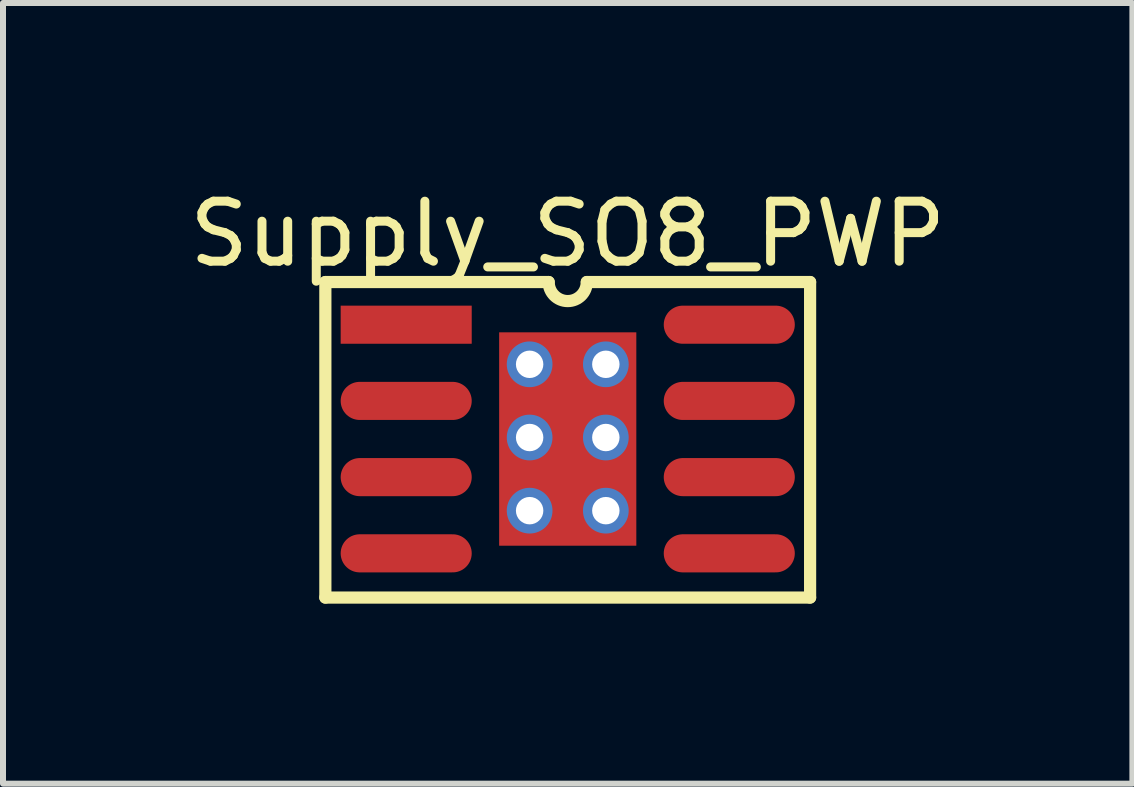
<source format=kicad_pcb>
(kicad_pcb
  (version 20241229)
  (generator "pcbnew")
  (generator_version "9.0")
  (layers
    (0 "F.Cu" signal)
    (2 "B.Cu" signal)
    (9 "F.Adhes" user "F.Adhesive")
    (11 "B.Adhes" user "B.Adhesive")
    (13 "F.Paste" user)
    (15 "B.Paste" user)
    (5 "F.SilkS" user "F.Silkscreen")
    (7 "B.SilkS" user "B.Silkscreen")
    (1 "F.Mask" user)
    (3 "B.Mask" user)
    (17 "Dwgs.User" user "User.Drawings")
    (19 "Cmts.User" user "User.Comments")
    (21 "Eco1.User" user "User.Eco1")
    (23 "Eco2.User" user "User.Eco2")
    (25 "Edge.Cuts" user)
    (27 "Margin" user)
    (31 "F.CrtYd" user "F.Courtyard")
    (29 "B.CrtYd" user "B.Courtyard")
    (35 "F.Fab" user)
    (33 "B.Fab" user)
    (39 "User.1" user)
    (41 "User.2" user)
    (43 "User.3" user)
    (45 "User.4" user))
  (footprint "Supply_SO8_PWP"
    (layer "F.Cu")
    (at 6.411 4.266)
    (property "Reference" "Supply_SO8_PWP" (at 0 -3.418 0) (layer "F.SilkS") (effects (font (size 1 1) (thickness 0.15))))
    (fp_line (start -4.039 -2.616) (end -0.318 -2.616) (stroke (width 0.203) (type solid)) (layer "F.SilkS"))
    (fp_line (start -4.039 2.642) (end -4.039 -2.616) (stroke (width 0.203) (type solid)) (layer "F.SilkS"))
    (fp_line (start -4.039 2.642) (end 4.039 2.642) (stroke (width 0.203) (type solid)) (layer "F.SilkS"))
    (fp_line (start 0.318 -2.616) (end 4.039 -2.616) (stroke (width 0.203) (type solid)) (layer "F.SilkS"))
    (fp_line (start 4.039 2.642) (end 4.039 -2.616) (stroke (width 0.203) (type solid)) (layer "F.SilkS"))
    (fp_arc (start 0.3175 -2.6162) (mid 0 -2.2987) (end -0.3175 -2.6162) (stroke (width 0.2032) (type solid)) (layer "F.SilkS"))
    (pad "1" smd rect (at -2.692 -1.905) (size 2.184 0.635) (layers "F.Cu" "F.Mask" "F.Paste"))
    (pad "2" smd oval (at -2.692 -0.635) (size 2.184 0.635) (layers "F.Cu" "F.Mask" "F.Paste"))
    (pad "3" smd oval (at -2.692 0.635) (size 2.184 0.635) (layers "F.Cu" "F.Mask" "F.Paste"))
    (pad "4" smd oval (at -2.692 1.905) (size 2.184 0.635) (layers "F.Cu" "F.Mask" "F.Paste"))
    (pad "5" smd oval (at 2.692 1.905) (size 2.184 0.635) (layers "F.Cu" "F.Mask" "F.Paste"))
    (pad "6" smd oval (at 2.692 0.635) (size 2.184 0.635) (layers "F.Cu" "F.Mask" "F.Paste"))
    (pad "7" smd oval (at 2.692 -0.635) (size 2.184 0.635) (layers "F.Cu" "F.Mask" "F.Paste"))
    (pad "8" smd oval (at 2.692 -1.905) (size 2.184 0.635) (layers "F.Cu" "F.Mask" "F.Paste"))
    (pad "9" thru_hole circle (at -0.635 -1.245) (size 0.762 0.762) (drill 0.457) (layers "*.Cu" "*.Mask"))
    (pad "9" thru_hole circle (at -0.635 -0.025) (size 0.762 0.762) (drill 0.457) (layers "*.Cu" "*.Mask"))
    (pad "9" thru_hole circle (at -0.635 1.194) (size 0.762 0.762) (drill 0.457) (layers "*.Cu" "*.Mask"))
    (pad "9" smd rect (at 0 0 90) (size 3.556 2.286) (layers "F.Cu" "F.Mask" "F.Paste"))
    (pad "9" thru_hole circle (at 0.635 -1.245) (size 0.762 0.762) (drill 0.457) (layers "*.Cu" "*.Mask"))
    (pad "9" thru_hole circle (at 0.635 -0.025) (size 0.762 0.762) (drill 0.457) (layers "*.Cu" "*.Mask"))
    (pad "9" thru_hole circle (at 0.635 1.194) (size 0.762 0.762) (drill 0.457) (layers "*.Cu" "*.Mask")))
  (gr_rect
    (start -3 -3)
    (end 15.821 10.009)
    (stroke (width 0.1) (type default))
    (fill no)
    (layer "Edge.Cuts")))
</source>
